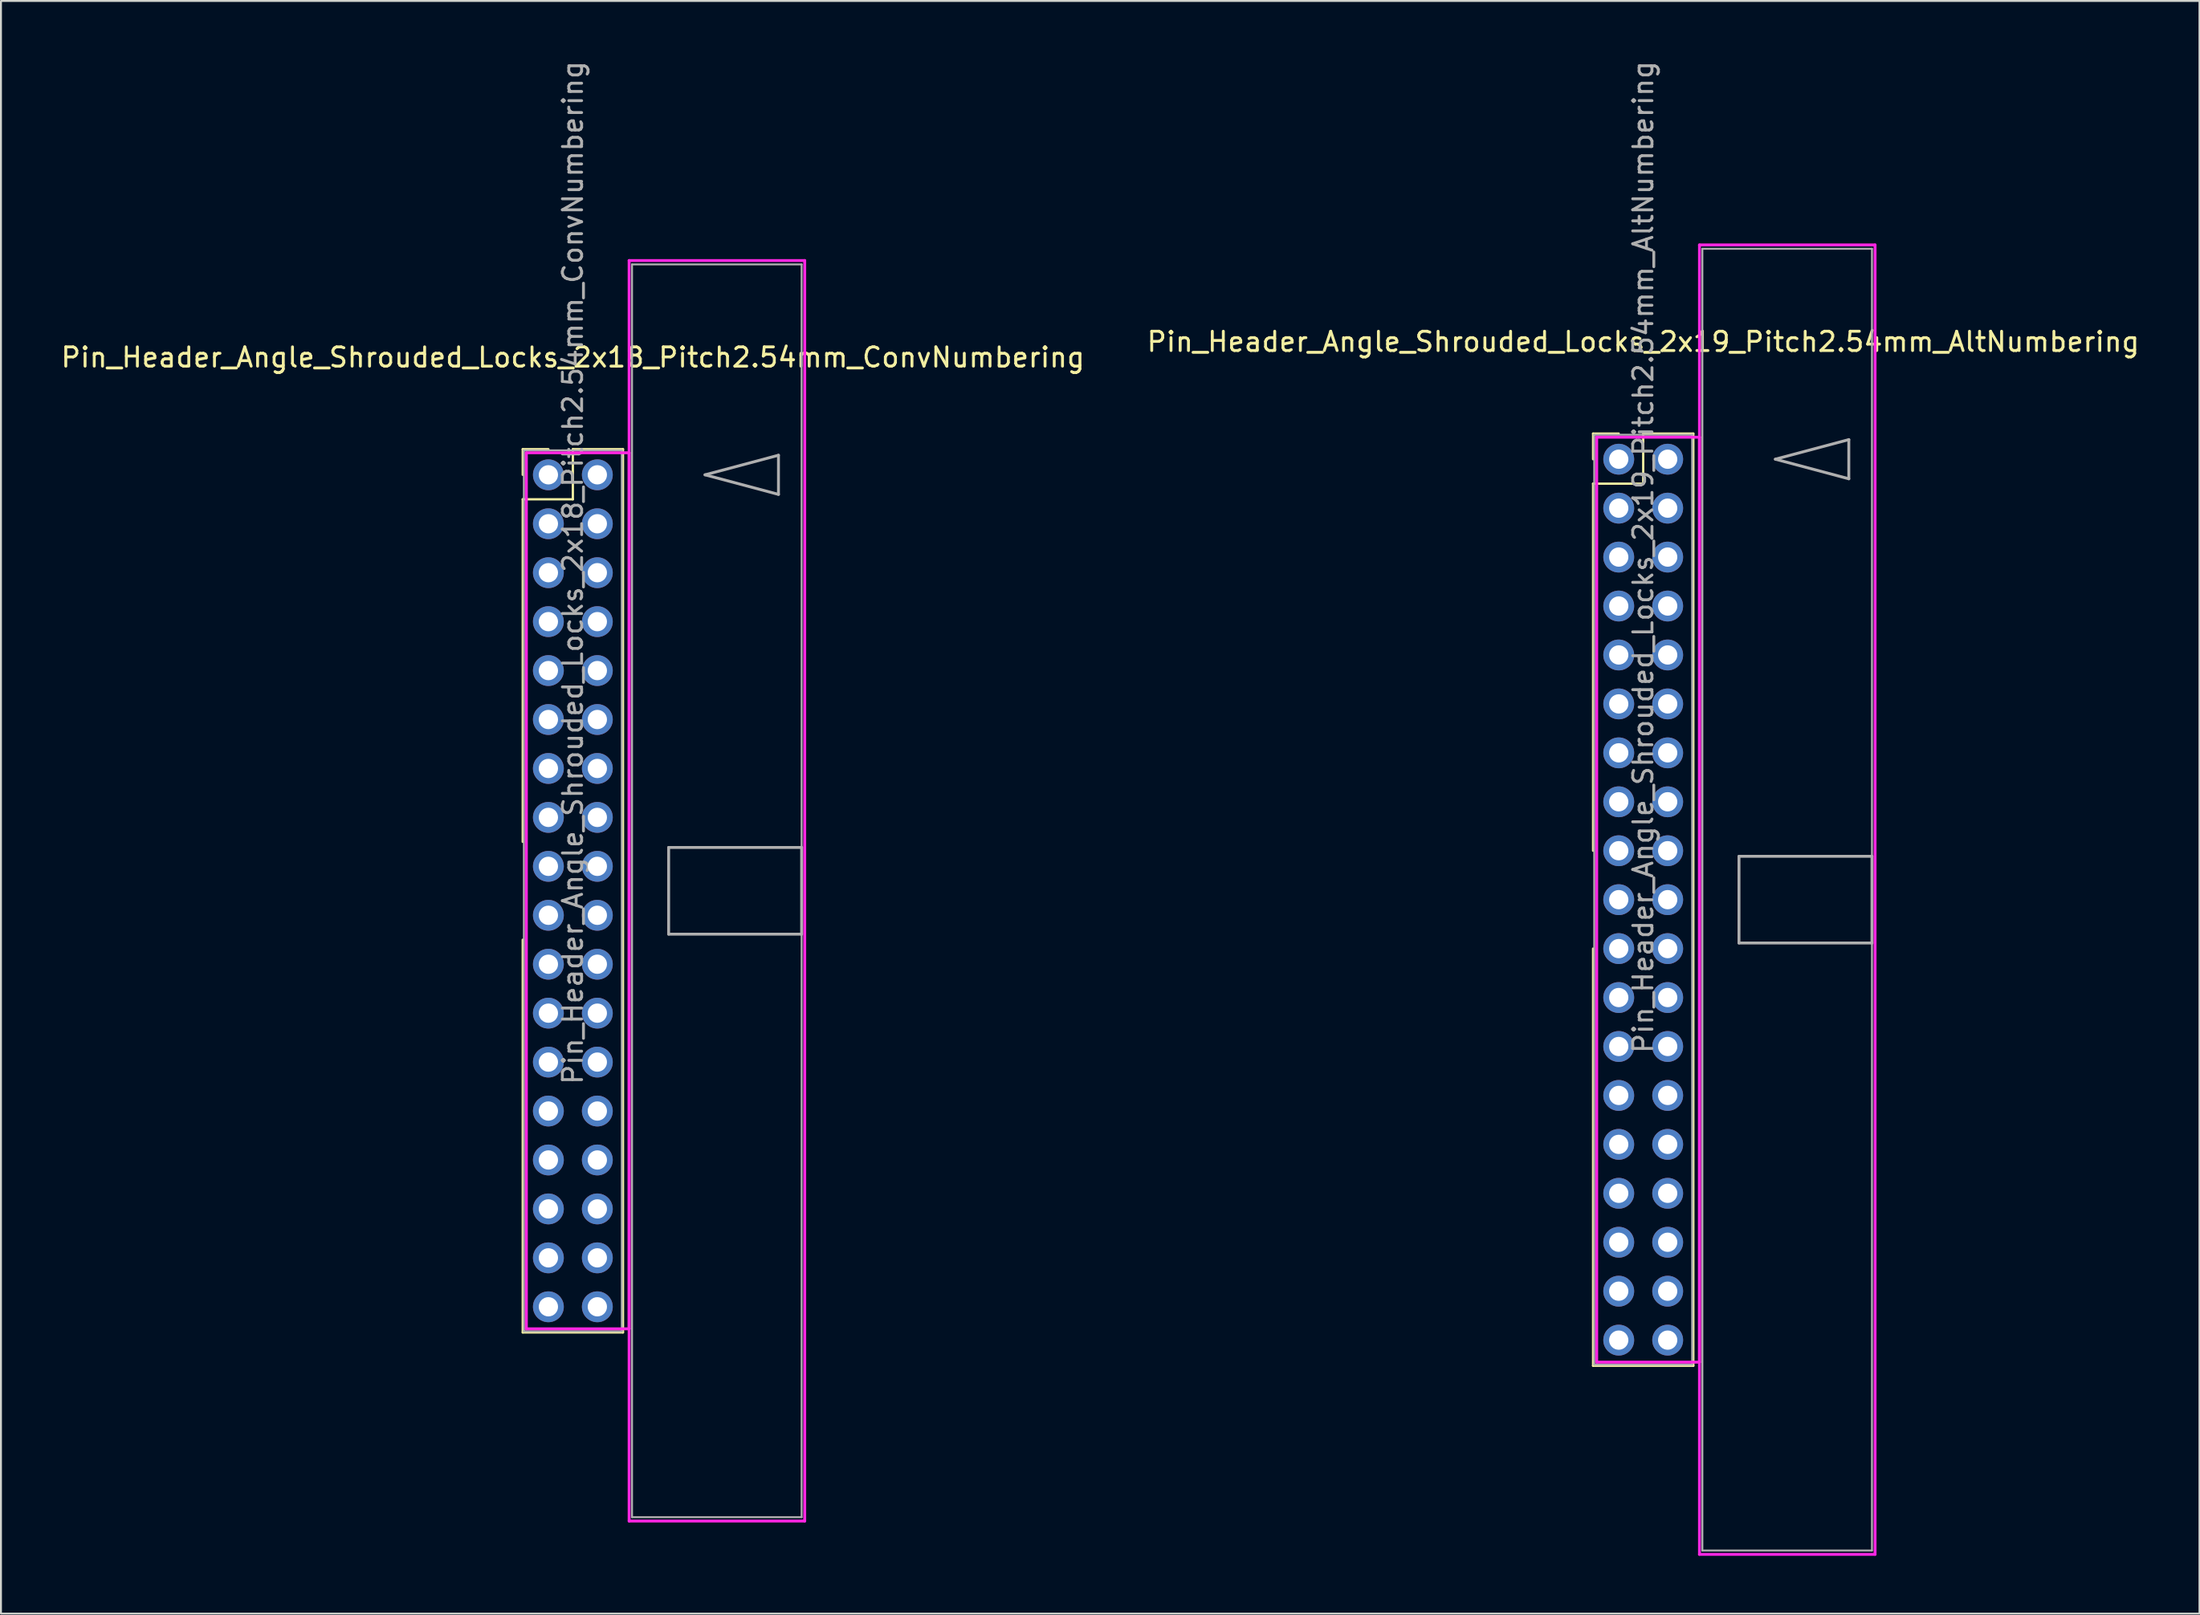
<source format=kicad_pcb>
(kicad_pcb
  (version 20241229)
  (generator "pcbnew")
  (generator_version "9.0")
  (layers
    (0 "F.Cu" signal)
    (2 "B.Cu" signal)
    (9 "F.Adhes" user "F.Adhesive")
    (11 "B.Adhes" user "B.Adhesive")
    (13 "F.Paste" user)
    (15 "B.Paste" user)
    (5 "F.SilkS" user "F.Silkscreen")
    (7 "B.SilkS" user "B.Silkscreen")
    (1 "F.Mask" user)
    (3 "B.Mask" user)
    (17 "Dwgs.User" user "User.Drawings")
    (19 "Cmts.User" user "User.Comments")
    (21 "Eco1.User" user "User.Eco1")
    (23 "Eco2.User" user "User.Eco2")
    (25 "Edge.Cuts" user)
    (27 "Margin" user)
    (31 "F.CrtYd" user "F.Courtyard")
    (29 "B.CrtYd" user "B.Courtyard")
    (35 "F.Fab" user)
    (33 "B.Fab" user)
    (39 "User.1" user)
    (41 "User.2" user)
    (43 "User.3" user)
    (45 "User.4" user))
  (footprint "Pin_Header_Angle_Shrouded_Locks_2x18_Pitch2.54mm_ConvNumbering"
    (layer "F.Cu")
    (at 25.403 21.593)
    (property "Reference" "Pin_Header_Angle_Shrouded_Locks_2x18_Pitch2.54mm_ConvNumbering" (at 1.27 -6.096 0) (layer "F.SilkS") (effects (font (size 1 1) (thickness 0.15))))
    (attr through_hole)
    (fp_line (start -1.33 -1.33) (end 0 -1.33) (stroke (width 0.12) (type solid)) (layer "F.SilkS"))
    (fp_line (start -1.33 0) (end -1.33 -1.33) (stroke (width 0.12) (type solid)) (layer "F.SilkS"))
    (fp_line (start -1.33 1.27) (end -1.33 19.05) (stroke (width 0.12) (type solid)) (layer "F.SilkS"))
    (fp_line (start -1.33 1.27) (end 1.27 1.27) (stroke (width 0.12) (type solid)) (layer "F.SilkS"))
    (fp_line (start -1.33 24.13) (end -1.33 44.51) (stroke (width 0.12) (type solid)) (layer "F.SilkS"))
    (fp_line (start -1.33 44.51) (end 3.87 44.51) (stroke (width 0.12) (type solid)) (layer "F.SilkS"))
    (fp_line (start 1.27 -1.33) (end 3.87 -1.33) (stroke (width 0.12) (type solid)) (layer "F.SilkS"))
    (fp_line (start 1.27 1.27) (end 1.27 -1.33) (stroke (width 0.12) (type solid)) (layer "F.SilkS"))
    (fp_line (start 3.87 -1.33) (end 3.87 44.51) (stroke (width 0.12) (type solid)) (layer "F.SilkS"))
    (fp_line (start -1.143 -1.143) (end -1.143 44.323) (stroke (width 0.15) (type solid)) (layer "F.CrtYd"))
    (fp_line (start -1.143 44.323) (end 4.19 44.323) (stroke (width 0.15) (type solid)) (layer "F.CrtYd"))
    (fp_line (start 4.19 -11.12) (end 4.19 54.3) (stroke (width 0.15) (type solid)) (layer "F.CrtYd"))
    (fp_line (start 4.19 -1.143) (end -1.143 -1.143) (stroke (width 0.15) (type solid)) (layer "F.CrtYd"))
    (fp_line (start 4.19 44.323) (end 4.19 -1.143) (stroke (width 0.15) (type solid)) (layer "F.CrtYd"))
    (fp_line (start 4.19 54.3) (end 13.3 54.3) (stroke (width 0.15) (type solid)) (layer "F.CrtYd"))
    (fp_line (start 13.3 -11.12) (end 4.19 -11.12) (stroke (width 0.15) (type solid)) (layer "F.CrtYd"))
    (fp_line (start 13.3 54.3) (end 13.3 -11.12) (stroke (width 0.15) (type solid)) (layer "F.CrtYd"))
    (fp_line (start -1.27 -1.27) (end -1.27 44.45) (stroke (width 0.1) (type solid)) (layer "F.Fab"))
    (fp_line (start -1.27 44.45) (end 3.81 44.45) (stroke (width 0.1) (type solid)) (layer "F.Fab"))
    (fp_line (start 3.81 -1.27) (end -1.27 -1.27) (stroke (width 0.1) (type solid)) (layer "F.Fab"))
    (fp_line (start 3.81 44.45) (end 3.81 -1.27) (stroke (width 0.1) (type solid)) (layer "F.Fab"))
    (fp_line (start 4.34 -10.92) (end 4.34 54.1) (stroke (width 0.1) (type solid)) (layer "F.Fab"))
    (fp_line (start 4.34 54.1) (end 13.14 54.1) (stroke (width 0.1) (type solid)) (layer "F.Fab"))
    (fp_line (start 6.24 19.34) (end 6.24 23.84) (stroke (width 0.15) (type solid)) (layer "F.Fab"))
    (fp_line (start 6.24 23.84) (end 13.14 23.84) (stroke (width 0.15) (type solid)) (layer "F.Fab"))
    (fp_line (start 8.128 0) (end 11.938 -1.016) (stroke (width 0.15) (type solid)) (layer "F.Fab"))
    (fp_line (start 11.938 -1.016) (end 11.938 1.016) (stroke (width 0.15) (type solid)) (layer "F.Fab"))
    (fp_line (start 11.938 1.016) (end 8.128 0) (stroke (width 0.15) (type solid)) (layer "F.Fab"))
    (fp_line (start 13.14 -10.92) (end 4.34 -10.92) (stroke (width 0.1) (type solid)) (layer "F.Fab"))
    (fp_line (start 13.14 19.34) (end 6.24 19.34) (stroke (width 0.15) (type solid)) (layer "F.Fab"))
    (fp_line (start 13.14 23.84) (end 13.14 19.34) (stroke (width 0.15) (type solid)) (layer "F.Fab"))
    (fp_line (start 13.14 54.1) (end 13.14 -10.92) (stroke (width 0.1) (type solid)) (layer "F.Fab"))
    (fp_text user "${REFERENCE}" (at 1.27 5.08 90) (layer "F.Fab") (effects (font (size 1 1) (thickness 0.15))))
    (pad "1" thru_hole oval (at 0 0) (size 1.6 1.6) (drill 1) (layers "*.Cu" "*.Mask"))
    (pad "2" thru_hole oval (at 2.54 0) (size 1.6 1.6) (drill 1) (layers "*.Cu" "*.Mask"))
    (pad "3" thru_hole oval (at 0 2.54) (size 1.6 1.6) (drill 1) (layers "*.Cu" "*.Mask"))
    (pad "4" thru_hole oval (at 2.54 2.54) (size 1.6 1.6) (drill 1) (layers "*.Cu" "*.Mask"))
    (pad "5" thru_hole oval (at 0 5.08) (size 1.6 1.6) (drill 1) (layers "*.Cu" "*.Mask"))
    (pad "6" thru_hole oval (at 2.54 5.08) (size 1.6 1.6) (drill 1) (layers "*.Cu" "*.Mask"))
    (pad "7" thru_hole oval (at 0 7.62) (size 1.6 1.6) (drill 1) (layers "*.Cu" "*.Mask"))
    (pad "8" thru_hole oval (at 2.54 7.62) (size 1.6 1.6) (drill 1) (layers "*.Cu" "*.Mask"))
    (pad "9" thru_hole oval (at 0 10.16) (size 1.6 1.6) (drill 1) (layers "*.Cu" "*.Mask"))
    (pad "10" thru_hole oval (at 2.54 10.16) (size 1.6 1.6) (drill 1) (layers "*.Cu" "*.Mask"))
    (pad "11" thru_hole oval (at 0 12.7) (size 1.6 1.6) (drill 1) (layers "*.Cu" "*.Mask"))
    (pad "12" thru_hole oval (at 2.54 12.7) (size 1.6 1.6) (drill 1) (layers "*.Cu" "*.Mask"))
    (pad "13" thru_hole oval (at 0 15.24) (size 1.6 1.6) (drill 1) (layers "*.Cu" "*.Mask"))
    (pad "14" thru_hole oval (at 2.54 15.24) (size 1.6 1.6) (drill 1) (layers "*.Cu" "*.Mask"))
    (pad "15" thru_hole oval (at 0 17.78) (size 1.6 1.6) (drill 1) (layers "*.Cu" "*.Mask"))
    (pad "16" thru_hole oval (at 2.54 17.78) (size 1.6 1.6) (drill 1) (layers "*.Cu" "*.Mask"))
    (pad "17" thru_hole oval (at 0 20.32) (size 1.6 1.6) (drill 1) (layers "*.Cu" "*.Mask"))
    (pad "18" thru_hole oval (at 2.54 20.32) (size 1.6 1.6) (drill 1) (layers "*.Cu" "*.Mask"))
    (pad "19" thru_hole oval (at 0 22.86) (size 1.6 1.6) (drill 1) (layers "*.Cu" "*.Mask"))
    (pad "20" thru_hole oval (at 2.54 22.86) (size 1.6 1.6) (drill 1) (layers "*.Cu" "*.Mask"))
    (pad "21" thru_hole oval (at 0 25.4) (size 1.6 1.6) (drill 1) (layers "*.Cu" "*.Mask"))
    (pad "22" thru_hole oval (at 2.54 25.4) (size 1.6 1.6) (drill 1) (layers "*.Cu" "*.Mask"))
    (pad "23" thru_hole oval (at 0 27.94) (size 1.6 1.6) (drill 1) (layers "*.Cu" "*.Mask"))
    (pad "24" thru_hole oval (at 2.54 27.94) (size 1.6 1.6) (drill 1) (layers "*.Cu" "*.Mask"))
    (pad "25" thru_hole oval (at 0 30.48) (size 1.6 1.6) (drill 1) (layers "*.Cu" "*.Mask"))
    (pad "26" thru_hole oval (at 2.54 30.48) (size 1.6 1.6) (drill 1) (layers "*.Cu" "*.Mask"))
    (pad "27" thru_hole oval (at 0 33.02) (size 1.6 1.6) (drill 1) (layers "*.Cu" "*.Mask"))
    (pad "28" thru_hole oval (at 2.54 33.02) (size 1.6 1.6) (drill 1) (layers "*.Cu" "*.Mask"))
    (pad "29" thru_hole oval (at 0 35.56) (size 1.6 1.6) (drill 1) (layers "*.Cu" "*.Mask"))
    (pad "30" thru_hole oval (at 2.54 35.56) (size 1.6 1.6) (drill 1) (layers "*.Cu" "*.Mask"))
    (pad "31" thru_hole oval (at 0 38.1) (size 1.6 1.6) (drill 1) (layers "*.Cu" "*.Mask"))
    (pad "32" thru_hole oval (at 2.54 38.1) (size 1.6 1.6) (drill 1) (layers "*.Cu" "*.Mask"))
    (pad "33" thru_hole oval (at 0 40.64) (size 1.6 1.6) (drill 1) (layers "*.Cu" "*.Mask"))
    (pad "34" thru_hole oval (at 2.54 40.64) (size 1.6 1.6) (drill 1) (layers "*.Cu" "*.Mask"))
    (pad "35" thru_hole oval (at 0 43.18) (size 1.6 1.6) (drill 1) (layers "*.Cu" "*.Mask"))
    (pad "36" thru_hole oval (at 2.54 43.18) (size 1.6 1.6) (drill 1) (layers "*.Cu" "*.Mask")))
  (footprint "Pin_Header_Angle_Shrouded_Locks_2x19_Pitch2.54mm_AltNumbering"
    (layer "F.Cu")
    (at 80.938 20.783)
    (property "Reference" "Pin_Header_Angle_Shrouded_Locks_2x19_Pitch2.54mm_AltNumbering" (at 1.27 -6.096 0) (layer "F.SilkS") (effects (font (size 1 1) (thickness 0.15))))
    (attr through_hole)
    (fp_line (start -1.33 -1.33) (end 0 -1.33) (stroke (width 0.12) (type solid)) (layer "F.SilkS"))
    (fp_line (start -1.33 0) (end -1.33 -1.33) (stroke (width 0.12) (type solid)) (layer "F.SilkS"))
    (fp_line (start -1.33 1.27) (end -1.33 20.32) (stroke (width 0.12) (type solid)) (layer "F.SilkS"))
    (fp_line (start -1.33 1.27) (end 1.27 1.27) (stroke (width 0.12) (type solid)) (layer "F.SilkS"))
    (fp_line (start -1.33 25.4) (end -1.33 47.05) (stroke (width 0.12) (type solid)) (layer "F.SilkS"))
    (fp_line (start -1.33 47.05) (end 3.87 47.05) (stroke (width 0.12) (type solid)) (layer "F.SilkS"))
    (fp_line (start 1.27 -1.33) (end 3.87 -1.33) (stroke (width 0.12) (type solid)) (layer "F.SilkS"))
    (fp_line (start 1.27 1.27) (end 1.27 -1.33) (stroke (width 0.12) (type solid)) (layer "F.SilkS"))
    (fp_line (start 3.87 -1.33) (end 3.87 47.05) (stroke (width 0.12) (type solid)) (layer "F.SilkS"))
    (fp_line (start -1.143 -1.143) (end -1.143 46.863) (stroke (width 0.15) (type solid)) (layer "F.CrtYd"))
    (fp_line (start -1.143 46.863) (end 4.19 46.863) (stroke (width 0.15) (type solid)) (layer "F.CrtYd"))
    (fp_line (start 4.19 -11.12) (end 4.19 56.84) (stroke (width 0.15) (type solid)) (layer "F.CrtYd"))
    (fp_line (start 4.19 -1.143) (end -1.143 -1.143) (stroke (width 0.15) (type solid)) (layer "F.CrtYd"))
    (fp_line (start 4.19 46.863) (end 4.19 -1.143) (stroke (width 0.15) (type solid)) (layer "F.CrtYd"))
    (fp_line (start 4.19 56.84) (end 13.3 56.84) (stroke (width 0.15) (type solid)) (layer "F.CrtYd"))
    (fp_line (start 13.3 -11.12) (end 4.19 -11.12) (stroke (width 0.15) (type solid)) (layer "F.CrtYd"))
    (fp_line (start 13.3 56.84) (end 13.3 -11.12) (stroke (width 0.15) (type solid)) (layer "F.CrtYd"))
    (fp_line (start -1.27 -1.27) (end -1.27 46.99) (stroke (width 0.1) (type solid)) (layer "F.Fab"))
    (fp_line (start -1.27 46.99) (end 3.81 46.99) (stroke (width 0.1) (type solid)) (layer "F.Fab"))
    (fp_line (start 3.81 -1.27) (end -1.27 -1.27) (stroke (width 0.1) (type solid)) (layer "F.Fab"))
    (fp_line (start 3.81 46.99) (end 3.81 -1.27) (stroke (width 0.1) (type solid)) (layer "F.Fab"))
    (fp_line (start 4.34 -10.92) (end 4.34 56.64) (stroke (width 0.1) (type solid)) (layer "F.Fab"))
    (fp_line (start 4.34 56.64) (end 13.14 56.64) (stroke (width 0.1) (type solid)) (layer "F.Fab"))
    (fp_line (start 6.24 20.61) (end 6.24 25.11) (stroke (width 0.15) (type solid)) (layer "F.Fab"))
    (fp_line (start 6.24 25.11) (end 13.14 25.11) (stroke (width 0.15) (type solid)) (layer "F.Fab"))
    (fp_line (start 8.128 0) (end 11.938 -1.016) (stroke (width 0.15) (type solid)) (layer "F.Fab"))
    (fp_line (start 11.938 -1.016) (end 11.938 1.016) (stroke (width 0.15) (type solid)) (layer "F.Fab"))
    (fp_line (start 11.938 1.016) (end 8.128 0) (stroke (width 0.15) (type solid)) (layer "F.Fab"))
    (fp_line (start 13.14 -10.92) (end 4.34 -10.92) (stroke (width 0.1) (type solid)) (layer "F.Fab"))
    (fp_line (start 13.14 20.61) (end 6.24 20.61) (stroke (width 0.15) (type solid)) (layer "F.Fab"))
    (fp_line (start 13.14 25.11) (end 13.14 20.61) (stroke (width 0.15) (type solid)) (layer "F.Fab"))
    (fp_line (start 13.14 56.64) (end 13.14 -10.92) (stroke (width 0.1) (type solid)) (layer "F.Fab"))
    (fp_text user "${REFERENCE}" (at 1.27 5.08 90) (layer "F.Fab") (effects (font (size 1 1) (thickness 0.15))))
    (pad "1" thru_hole oval (at 0 0) (size 1.6 1.6) (drill 1) (layers "*.Cu" "*.Mask"))
    (pad "2" thru_hole oval (at 0 2.54) (size 1.6 1.6) (drill 1) (layers "*.Cu" "*.Mask"))
    (pad "3" thru_hole oval (at 0 5.08) (size 1.6 1.6) (drill 1) (layers "*.Cu" "*.Mask"))
    (pad "4" thru_hole oval (at 0 7.62) (size 1.6 1.6) (drill 1) (layers "*.Cu" "*.Mask"))
    (pad "5" thru_hole oval (at 0 10.16) (size 1.6 1.6) (drill 1) (layers "*.Cu" "*.Mask"))
    (pad "6" thru_hole oval (at 0 12.7) (size 1.6 1.6) (drill 1) (layers "*.Cu" "*.Mask"))
    (pad "7" thru_hole oval (at 0 15.24) (size 1.6 1.6) (drill 1) (layers "*.Cu" "*.Mask"))
    (pad "8" thru_hole oval (at 0 17.78) (size 1.6 1.6) (drill 1) (layers "*.Cu" "*.Mask"))
    (pad "9" thru_hole oval (at 0 20.32) (size 1.6 1.6) (drill 1) (layers "*.Cu" "*.Mask"))
    (pad "10" thru_hole oval (at 0 22.86) (size 1.6 1.6) (drill 1) (layers "*.Cu" "*.Mask"))
    (pad "11" thru_hole oval (at 0 25.4) (size 1.6 1.6) (drill 1) (layers "*.Cu" "*.Mask"))
    (pad "12" thru_hole oval (at 0 27.94) (size 1.6 1.6) (drill 1) (layers "*.Cu" "*.Mask"))
    (pad "13" thru_hole oval (at 0 30.48) (size 1.6 1.6) (drill 1) (layers "*.Cu" "*.Mask"))
    (pad "14" thru_hole oval (at 0 33.02) (size 1.6 1.6) (drill 1) (layers "*.Cu" "*.Mask"))
    (pad "15" thru_hole oval (at 0 35.56) (size 1.6 1.6) (drill 1) (layers "*.Cu" "*.Mask"))
    (pad "16" thru_hole oval (at 0 38.1) (size 1.6 1.6) (drill 1) (layers "*.Cu" "*.Mask"))
    (pad "17" thru_hole oval (at 0 40.64) (size 1.6 1.6) (drill 1) (layers "*.Cu" "*.Mask"))
    (pad "18" thru_hole oval (at 0 43.18) (size 1.6 1.6) (drill 1) (layers "*.Cu" "*.Mask"))
    (pad "19" thru_hole oval (at 0 45.72) (size 1.6 1.6) (drill 1) (layers "*.Cu" "*.Mask"))
    (pad "20" thru_hole oval (at 2.54 0) (size 1.6 1.6) (drill 1) (layers "*.Cu" "*.Mask"))
    (pad "21" thru_hole oval (at 2.54 2.54) (size 1.6 1.6) (drill 1) (layers "*.Cu" "*.Mask"))
    (pad "22" thru_hole oval (at 2.54 5.08) (size 1.6 1.6) (drill 1) (layers "*.Cu" "*.Mask"))
    (pad "23" thru_hole oval (at 2.54 7.62) (size 1.6 1.6) (drill 1) (layers "*.Cu" "*.Mask"))
    (pad "24" thru_hole oval (at 2.54 10.16) (size 1.6 1.6) (drill 1) (layers "*.Cu" "*.Mask"))
    (pad "25" thru_hole oval (at 2.54 12.7) (size 1.6 1.6) (drill 1) (layers "*.Cu" "*.Mask"))
    (pad "26" thru_hole oval (at 2.54 15.24) (size 1.6 1.6) (drill 1) (layers "*.Cu" "*.Mask"))
    (pad "27" thru_hole oval (at 2.54 17.78) (size 1.6 1.6) (drill 1) (layers "*.Cu" "*.Mask"))
    (pad "28" thru_hole oval (at 2.54 20.32) (size 1.6 1.6) (drill 1) (layers "*.Cu" "*.Mask"))
    (pad "29" thru_hole oval (at 2.54 22.86) (size 1.6 1.6) (drill 1) (layers "*.Cu" "*.Mask"))
    (pad "30" thru_hole oval (at 2.54 25.4) (size 1.6 1.6) (drill 1) (layers "*.Cu" "*.Mask"))
    (pad "31" thru_hole oval (at 2.54 27.94) (size 1.6 1.6) (drill 1) (layers "*.Cu" "*.Mask"))
    (pad "32" thru_hole oval (at 2.54 30.48) (size 1.6 1.6) (drill 1) (layers "*.Cu" "*.Mask"))
    (pad "33" thru_hole oval (at 2.54 33.02) (size 1.6 1.6) (drill 1) (layers "*.Cu" "*.Mask"))
    (pad "34" thru_hole oval (at 2.54 35.56) (size 1.6 1.6) (drill 1) (layers "*.Cu" "*.Mask"))
    (pad "35" thru_hole oval (at 2.54 38.1) (size 1.6 1.6) (drill 1) (layers "*.Cu" "*.Mask"))
    (pad "36" thru_hole oval (at 2.54 40.64) (size 1.6 1.6) (drill 1) (layers "*.Cu" "*.Mask"))
    (pad "37" thru_hole oval (at 2.54 43.18) (size 1.6 1.6) (drill 1) (layers "*.Cu" "*.Mask"))
    (pad "38" thru_hole oval (at 2.54 45.72) (size 1.6 1.6) (drill 1) (layers "*.Cu" "*.Mask")))
  (gr_rect
    (start -3 -3)
    (end 111.071 80.698)
    (stroke (width 0.1) (type default))
    (fill no)
    (layer "Edge.Cuts")))
</source>
